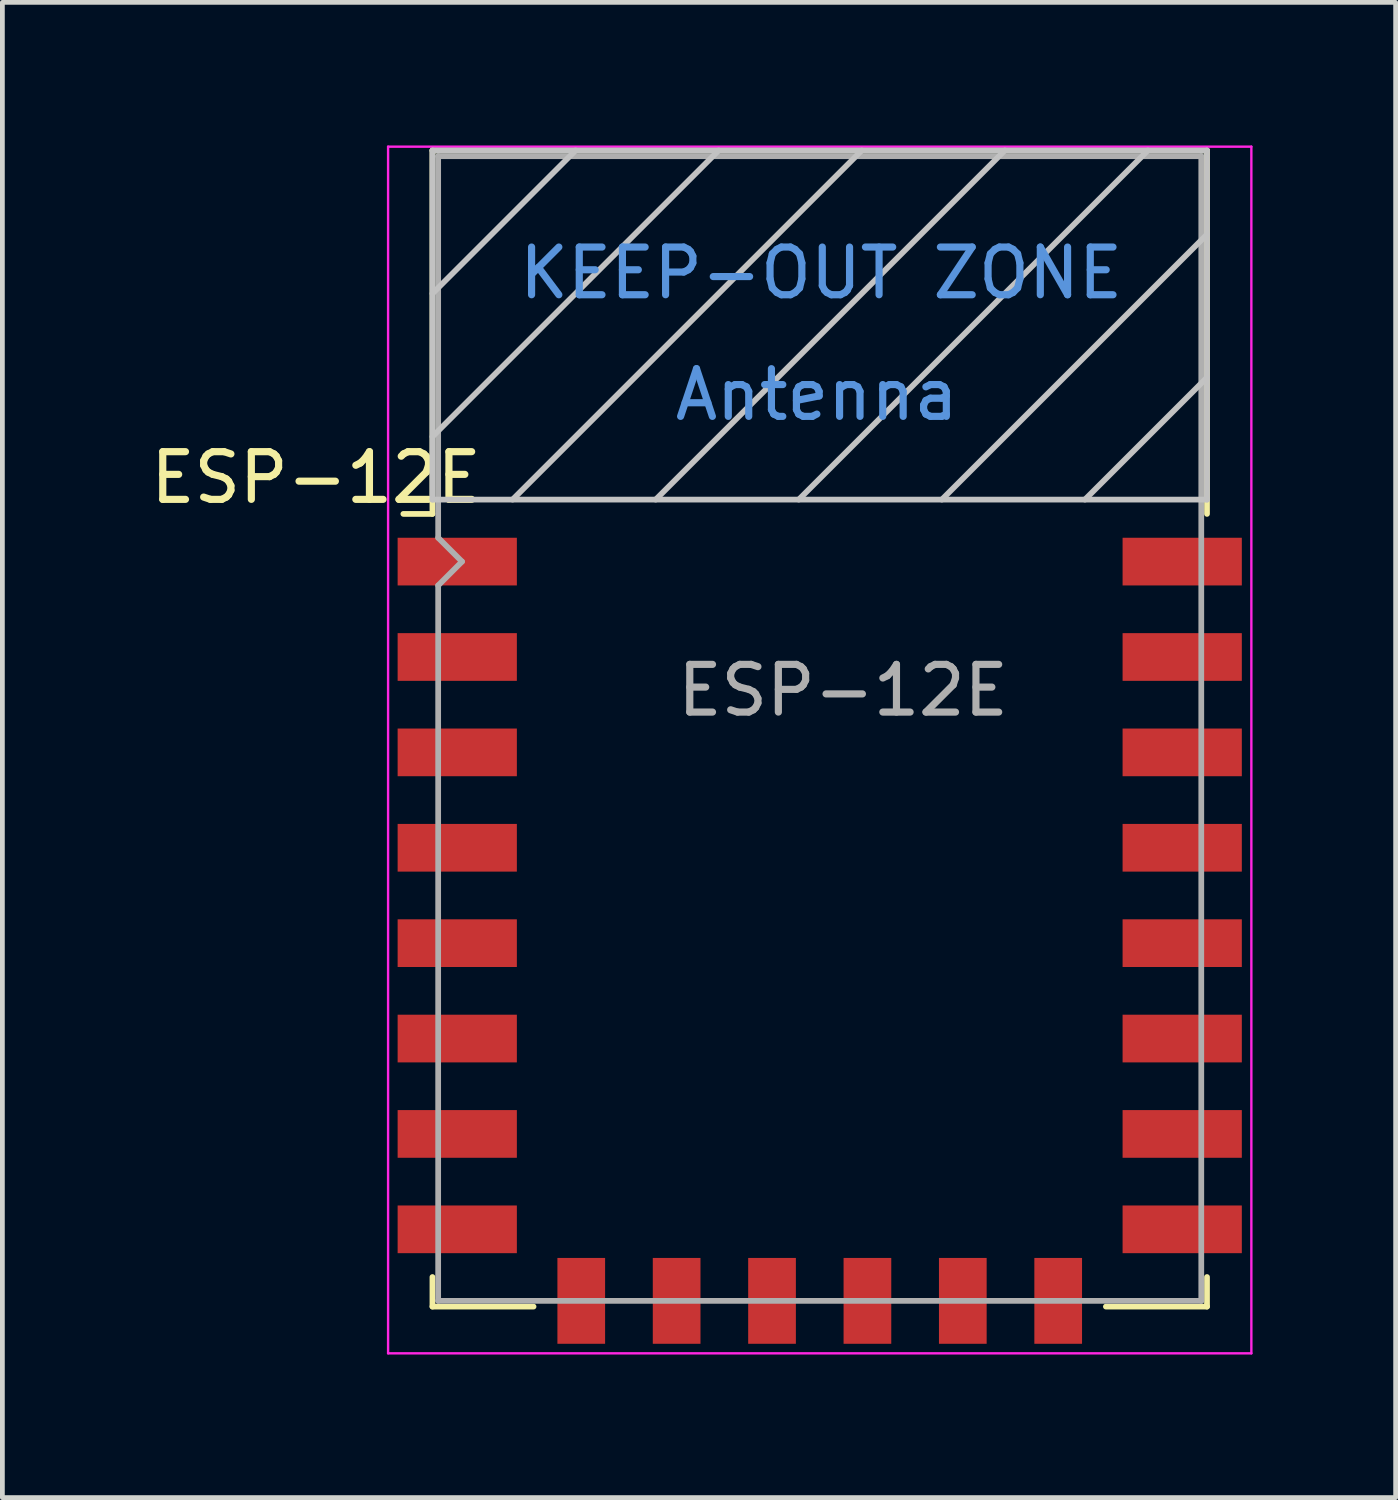
<source format=kicad_pcb>
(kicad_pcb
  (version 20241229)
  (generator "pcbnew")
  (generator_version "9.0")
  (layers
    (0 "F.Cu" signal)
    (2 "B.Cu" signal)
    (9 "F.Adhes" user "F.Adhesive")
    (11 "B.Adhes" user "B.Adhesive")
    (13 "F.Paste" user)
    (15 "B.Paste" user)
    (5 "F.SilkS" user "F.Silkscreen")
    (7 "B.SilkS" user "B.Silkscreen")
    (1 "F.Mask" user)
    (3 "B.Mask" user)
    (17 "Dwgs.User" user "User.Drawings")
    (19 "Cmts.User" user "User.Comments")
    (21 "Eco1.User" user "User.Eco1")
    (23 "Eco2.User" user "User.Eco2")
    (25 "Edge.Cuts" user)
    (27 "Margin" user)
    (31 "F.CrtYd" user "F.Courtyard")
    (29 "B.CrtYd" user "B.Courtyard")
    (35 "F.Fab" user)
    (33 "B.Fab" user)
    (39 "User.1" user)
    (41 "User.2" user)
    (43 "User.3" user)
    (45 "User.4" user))
  (footprint "ESP-12E"
    (layer "F.Cu")
    (at 14.137 12.225)
    (property "Reference" "ESP-12E" (at -10.56 -5.26 0) (layer "F.SilkS") (effects (font (size 1 1) (thickness 0.15))))
    (attr smd)
    (fp_line (start -8.12 -12.12) (end 8.12 -12.12) (stroke (width 0.12) (type solid)) (layer "F.SilkS"))
    (fp_line (start -8.12 -4.5) (end -8.73 -4.5) (stroke (width 0.12) (type solid)) (layer "F.SilkS"))
    (fp_line (start -8.12 -4.5) (end -8.12 -12.12) (stroke (width 0.12) (type solid)) (layer "F.SilkS"))
    (fp_line (start -8.12 12.12) (end -8.12 11.5) (stroke (width 0.12) (type solid)) (layer "F.SilkS"))
    (fp_line (start -6 12.12) (end -8.12 12.12) (stroke (width 0.12) (type solid)) (layer "F.SilkS"))
    (fp_line (start 8.12 -12.12) (end 8.12 -4.5) (stroke (width 0.12) (type solid)) (layer "F.SilkS"))
    (fp_line (start 8.12 11.5) (end 8.12 12.12) (stroke (width 0.12) (type solid)) (layer "F.SilkS"))
    (fp_line (start 8.12 12.12) (end 6 12.12) (stroke (width 0.12) (type solid)) (layer "F.SilkS"))
    (fp_line (start -8.12 -12.12) (end 8.12 -12.12) (stroke (width 0.12) (type solid)) (layer "Dwgs.User"))
    (fp_line (start -8.12 -9.12) (end -5.12 -12.12) (stroke (width 0.12) (type solid)) (layer "Dwgs.User"))
    (fp_line (start -8.12 -6.12) (end -2.12 -12.12) (stroke (width 0.12) (type solid)) (layer "Dwgs.User"))
    (fp_line (start -8.12 -4.8) (end -8.12 -12.12) (stroke (width 0.12) (type solid)) (layer "Dwgs.User"))
    (fp_line (start -6.44 -4.8) (end 0.88 -12.12) (stroke (width 0.12) (type solid)) (layer "Dwgs.User"))
    (fp_line (start -3.44 -4.8) (end 3.88 -12.12) (stroke (width 0.12) (type solid)) (layer "Dwgs.User"))
    (fp_line (start -0.44 -4.8) (end 6.88 -12.12) (stroke (width 0.12) (type solid)) (layer "Dwgs.User"))
    (fp_line (start 2.56 -4.8) (end 8.12 -10.36) (stroke (width 0.12) (type solid)) (layer "Dwgs.User"))
    (fp_line (start 5.56 -4.8) (end 8.12 -7.36) (stroke (width 0.12) (type solid)) (layer "Dwgs.User"))
    (fp_line (start 8.12 -12.12) (end 8.12 -4.8) (stroke (width 0.12) (type solid)) (layer "Dwgs.User"))
    (fp_line (start 8.12 -4.8) (end -8.12 -4.8) (stroke (width 0.12) (type solid)) (layer "Dwgs.User"))
    (fp_line (start -9.05 -12.2) (end 9.05 -12.2) (stroke (width 0.05) (type solid)) (layer "F.CrtYd"))
    (fp_line (start -9.05 13.1) (end -9.05 -12.2) (stroke (width 0.05) (type solid)) (layer "F.CrtYd"))
    (fp_line (start 9.05 -12.2) (end 9.05 13.1) (stroke (width 0.05) (type solid)) (layer "F.CrtYd"))
    (fp_line (start 9.05 13.1) (end -9.05 13.1) (stroke (width 0.05) (type solid)) (layer "F.CrtYd"))
    (fp_line (start -8 -12) (end 8 -12) (stroke (width 0.12) (type solid)) (layer "F.Fab"))
    (fp_line (start -8 -4) (end -8 -12) (stroke (width 0.12) (type solid)) (layer "F.Fab"))
    (fp_line (start -8 -3) (end -7.5 -3.5) (stroke (width 0.12) (type solid)) (layer "F.Fab"))
    (fp_line (start -8 12) (end -8 -3) (stroke (width 0.12) (type solid)) (layer "F.Fab"))
    (fp_line (start -7.5 -3.5) (end -8 -4) (stroke (width 0.12) (type solid)) (layer "F.Fab"))
    (fp_line (start 8 -12) (end 8 12) (stroke (width 0.12) (type solid)) (layer "F.Fab"))
    (fp_line (start 8 12) (end -8 12) (stroke (width 0.12) (type solid)) (layer "F.Fab"))
    (fp_text user "KEEP-OUT ZONE" (at 0.03 -9.55 180) (layer "Cmts.User") (effects (font (size 1 1) (thickness 0.15))))
    (fp_text user "Antenna" (at -0.06 -7 180) (layer "Cmts.User") (effects (font (size 1 1) (thickness 0.15))))
    (fp_text user "${REFERENCE}" (at 0.49 -0.8 0) (layer "F.Fab") (effects (font (size 1 1) (thickness 0.15))))
    (pad "1" smd rect (at -7.6 -3.5) (size 2.5 1) (layers "F.Cu" "F.Mask" "F.Paste"))
    (pad "2" smd rect (at -7.6 -1.5) (size 2.5 1) (layers "F.Cu" "F.Mask" "F.Paste"))
    (pad "3" smd rect (at -7.6 0.5) (size 2.5 1) (layers "F.Cu" "F.Mask" "F.Paste"))
    (pad "4" smd rect (at -7.6 2.5) (size 2.5 1) (layers "F.Cu" "F.Mask" "F.Paste"))
    (pad "5" smd rect (at -7.6 4.5) (size 2.5 1) (layers "F.Cu" "F.Mask" "F.Paste"))
    (pad "6" smd rect (at -7.6 6.5) (size 2.5 1) (layers "F.Cu" "F.Mask" "F.Paste"))
    (pad "7" smd rect (at -7.6 8.5) (size 2.5 1) (layers "F.Cu" "F.Mask" "F.Paste"))
    (pad "8" smd rect (at -7.6 10.5) (size 2.5 1) (layers "F.Cu" "F.Mask" "F.Paste"))
    (pad "9" smd rect (at -5 12) (size 1 1.8) (layers "F.Cu" "F.Mask" "F.Paste"))
    (pad "10" smd rect (at -3 12) (size 1 1.8) (layers "F.Cu" "F.Mask" "F.Paste"))
    (pad "11" smd rect (at -1 12) (size 1 1.8) (layers "F.Cu" "F.Mask" "F.Paste"))
    (pad "12" smd rect (at 1 12) (size 1 1.8) (layers "F.Cu" "F.Mask" "F.Paste"))
    (pad "13" smd rect (at 3 12) (size 1 1.8) (layers "F.Cu" "F.Mask" "F.Paste"))
    (pad "14" smd rect (at 5 12) (size 1 1.8) (layers "F.Cu" "F.Mask" "F.Paste"))
    (pad "15" smd rect (at 7.6 10.5) (size 2.5 1) (layers "F.Cu" "F.Mask" "F.Paste"))
    (pad "16" smd rect (at 7.6 8.5) (size 2.5 1) (layers "F.Cu" "F.Mask" "F.Paste"))
    (pad "17" smd rect (at 7.6 6.5) (size 2.5 1) (layers "F.Cu" "F.Mask" "F.Paste"))
    (pad "18" smd rect (at 7.6 4.5) (size 2.5 1) (layers "F.Cu" "F.Mask" "F.Paste"))
    (pad "19" smd rect (at 7.6 2.5) (size 2.5 1) (layers "F.Cu" "F.Mask" "F.Paste"))
    (pad "20" smd rect (at 7.6 0.5) (size 2.5 1) (layers "F.Cu" "F.Mask" "F.Paste"))
    (pad "21" smd rect (at 7.6 -1.5) (size 2.5 1) (layers "F.Cu" "F.Mask" "F.Paste"))
    (pad "22" smd rect (at 7.6 -3.5) (size 2.5 1) (layers "F.Cu" "F.Mask" "F.Paste")))
  (gr_rect
    (start -3 -3)
    (end 26.212 28.35)
    (stroke (width 0.1) (type default))
    (fill no)
    (layer "Edge.Cuts")))
</source>
